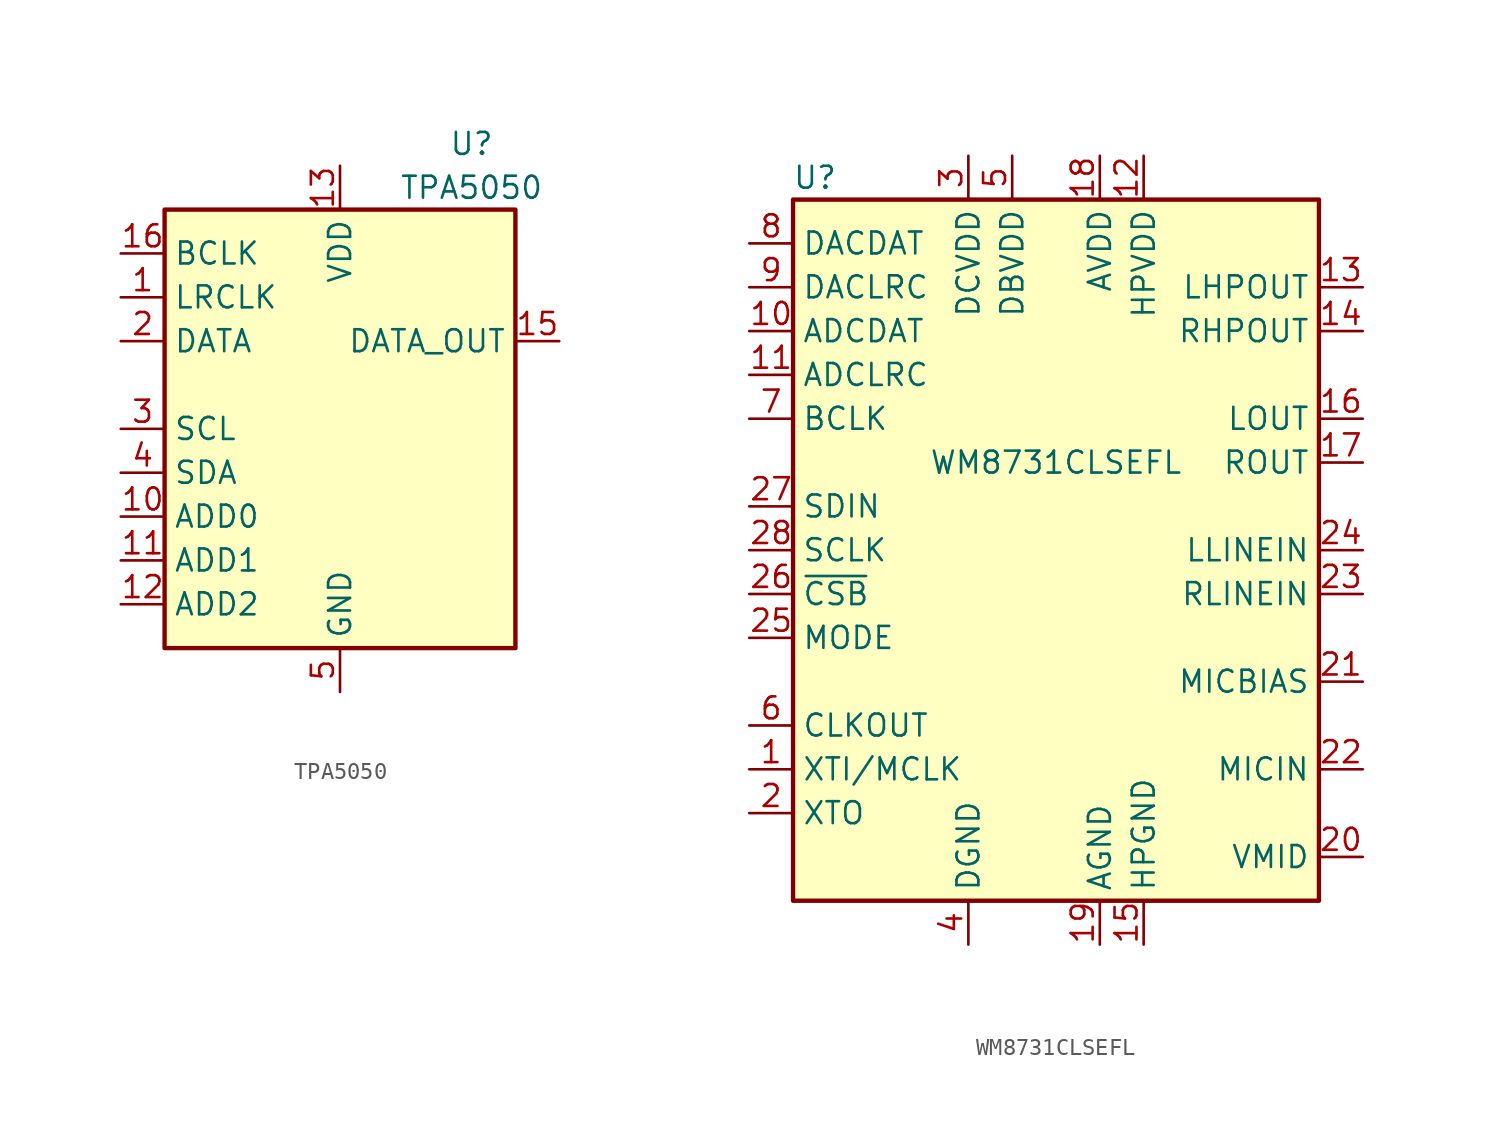
<source format=kicad_sym>
(kicad_symbol_lib
  (version 20241209)
  (generator "kicad_symbol_editor")
  (generator_version "9.0")
  (symbol "TPA5050"
    (property "Reference" "U"
      (at 7.62 16.51 0)
      (effects (font (size 1.27 1.27))))
    (property "Value" "TPA5050"
      (at 7.62 13.97 0)
      (effects (font (size 1.27 1.27))))
    (symbol "TPA5050_0_1"
      (rectangle (start -10.16 12.7) (end 10.16 -12.7) (stroke (width 0.254) (type default)) (fill (type background))))
    (symbol "TPA5050_1_1"
      (pin input line (at -12.7 10.16 0) (length 2.54) (name "BCLK" (effects (font (size 1.27 1.27)))) (number "16" (effects (font (size 1.27 1.27)))))
      (pin input line (at -12.7 7.62 0) (length 2.54) (name "LRCLK" (effects (font (size 1.27 1.27)))) (number "1" (effects (font (size 1.27 1.27)))))
      (pin input line (at -12.7 5.08 0) (length 2.54) (name "DATA" (effects (font (size 1.27 1.27)))) (number "2" (effects (font (size 1.27 1.27)))))
      (pin input line (at -12.7 0 0) (length 2.54) (name "SCL" (effects (font (size 1.27 1.27)))) (number "3" (effects (font (size 1.27 1.27)))))
      (pin bidirectional line (at -12.7 -2.54 0) (length 2.54) (name "SDA" (effects (font (size 1.27 1.27)))) (number "4" (effects (font (size 1.27 1.27)))))
      (pin input line (at -12.7 -5.08 0) (length 2.54) (name "ADD0" (effects (font (size 1.27 1.27)))) (number "10" (effects (font (size 1.27 1.27)))))
      (pin input line (at -12.7 -7.62 0) (length 2.54) (name "ADD1" (effects (font (size 1.27 1.27)))) (number "11" (effects (font (size 1.27 1.27)))))
      (pin input line (at -12.7 -10.16 0) (length 2.54) (name "ADD2" (effects (font (size 1.27 1.27)))) (number "12" (effects (font (size 1.27 1.27)))))
      (pin power_in line (at 0 15.24 270) (length 2.54) (name "VDD" (effects (font (size 1.27 1.27)))) (number "13" (effects (font (size 1.27 1.27)))))
      (pin passive line (at 0 -15.24 90) (length 2.54) (hide yes) (name "GND" (effects (font (size 1.27 1.27)))) (number "14" (effects (font (size 1.27 1.27)))))
      (pin passive line (at 0 -15.24 90) (length 2.54) (hide yes) (name "GND" (effects (font (size 1.27 1.27)))) (number "17" (effects (font (size 1.27 1.27)))))
      (pin power_in line (at 0 -15.24 90) (length 2.54) (name "GND" (effects (font (size 1.27 1.27)))) (number "5" (effects (font (size 1.27 1.27)))))
      (pin passive line (at 0 -15.24 90) (length 2.54) (hide yes) (name "GND" (effects (font (size 1.27 1.27)))) (number "6" (effects (font (size 1.27 1.27)))))
      (pin passive line (at 0 -15.24 90) (length 2.54) (hide yes) (name "GND" (effects (font (size 1.27 1.27)))) (number "7" (effects (font (size 1.27 1.27)))))
      (pin passive line (at 0 -15.24 90) (length 2.54) (hide yes) (name "GND" (effects (font (size 1.27 1.27)))) (number "8" (effects (font (size 1.27 1.27)))))
      (pin passive line (at 0 -15.24 90) (length 2.54) (hide yes) (name "GND" (effects (font (size 1.27 1.27)))) (number "9" (effects (font (size 1.27 1.27)))))
      (pin output line (at 12.7 5.08 180) (length 2.54) (name "DATA_OUT" (effects (font (size 1.27 1.27)))) (number "15" (effects (font (size 1.27 1.27)))))))
  (symbol "WM8731CLSEFL"
    (property "Reference" "U"
      (at -13.97 21.59 0)
      (effects (font (size 1.27 1.27))))
    (property "Value" "WM8731CLSEFL"
      (at 0 5.08 0)
      (effects (font (size 1.27 1.27))))
    (symbol "WM8731CLSEFL_0_1"
      (rectangle (start -15.24 20.32) (end 15.24 -20.32) (stroke (width 0.254) (type default)) (fill (type background))))
    (symbol "WM8731CLSEFL_1_1"
      (pin input line (at -17.78 17.78 0) (length 2.54) (name "DACDAT" (effects (font (size 1.27 1.27)))) (number "8" (effects (font (size 1.27 1.27)))))
      (pin bidirectional line (at -17.78 15.24 0) (length 2.54) (name "DACLRC" (effects (font (size 1.27 1.27)))) (number "9" (effects (font (size 1.27 1.27)))))
      (pin output line (at -17.78 12.7 0) (length 2.54) (name "ADCDAT" (effects (font (size 1.27 1.27)))) (number "10" (effects (font (size 1.27 1.27)))))
      (pin bidirectional line (at -17.78 10.16 0) (length 2.54) (name "ADCLRC" (effects (font (size 1.27 1.27)))) (number "11" (effects (font (size 1.27 1.27)))))
      (pin bidirectional line (at -17.78 7.62 0) (length 2.54) (name "BCLK" (effects (font (size 1.27 1.27)))) (number "7" (effects (font (size 1.27 1.27)))))
      (pin bidirectional line (at -17.78 2.54 0) (length 2.54) (name "SDIN" (effects (font (size 1.27 1.27)))) (number "27" (effects (font (size 1.27 1.27)))))
      (pin input line (at -17.78 0 0) (length 2.54) (name "SCLK" (effects (font (size 1.27 1.27)))) (number "28" (effects (font (size 1.27 1.27)))))
      (pin input line (at -17.78 -2.54 0) (length 2.54) (name "~{CSB}" (effects (font (size 1.27 1.27)))) (number "26" (effects (font (size 1.27 1.27)))))
      (pin input line (at -17.78 -5.08 0) (length 2.54) (name "MODE" (effects (font (size 1.27 1.27)))) (number "25" (effects (font (size 1.27 1.27)))))
      (pin output line (at -17.78 -10.16 0) (length 2.54) (name "CLKOUT" (effects (font (size 1.27 1.27)))) (number "6" (effects (font (size 1.27 1.27)))))
      (pin input line (at -17.78 -12.7 0) (length 2.54) (name "XTI/MCLK" (effects (font (size 1.27 1.27)))) (number "1" (effects (font (size 1.27 1.27)))))
      (pin output line (at -17.78 -15.24 0) (length 2.54) (name "XTO" (effects (font (size 1.27 1.27)))) (number "2" (effects (font (size 1.27 1.27)))))
      (pin power_in line (at -5.08 22.86 270) (length 2.54) (name "DCVDD" (effects (font (size 1.27 1.27)))) (number "3" (effects (font (size 1.27 1.27)))))
      (pin power_in line (at -5.08 -22.86 90) (length 2.54) (name "DGND" (effects (font (size 1.27 1.27)))) (number "4" (effects (font (size 1.27 1.27)))))
      (pin power_in line (at -2.54 22.86 270) (length 2.54) (name "DBVDD" (effects (font (size 1.27 1.27)))) (number "5" (effects (font (size 1.27 1.27)))))
      (pin power_in line (at 2.54 22.86 270) (length 2.54) (name "AVDD" (effects (font (size 1.27 1.27)))) (number "18" (effects (font (size 1.27 1.27)))))
      (pin power_in line (at 2.54 -22.86 90) (length 2.54) (name "AGND" (effects (font (size 1.27 1.27)))) (number "19" (effects (font (size 1.27 1.27)))))
      (pin passive line (at 2.54 -22.86 90) (length 2.54) (hide yes) (name "AGND" (effects (font (size 1.27 1.27)))) (number "29" (effects (font (size 1.27 1.27)))))
      (pin power_in line (at 5.08 22.86 270) (length 2.54) (name "HPVDD" (effects (font (size 1.27 1.27)))) (number "12" (effects (font (size 1.27 1.27)))))
      (pin power_in line (at 5.08 -22.86 90) (length 2.54) (name "HPGND" (effects (font (size 1.27 1.27)))) (number "15" (effects (font (size 1.27 1.27)))))
      (pin output line (at 17.78 15.24 180) (length 2.54) (name "LHPOUT" (effects (font (size 1.27 1.27)))) (number "13" (effects (font (size 1.27 1.27)))))
      (pin output line (at 17.78 12.7 180) (length 2.54) (name "RHPOUT" (effects (font (size 1.27 1.27)))) (number "14" (effects (font (size 1.27 1.27)))))
      (pin output line (at 17.78 7.62 180) (length 2.54) (name "LOUT" (effects (font (size 1.27 1.27)))) (number "16" (effects (font (size 1.27 1.27)))))
      (pin output line (at 17.78 5.08 180) (length 2.54) (name "ROUT" (effects (font (size 1.27 1.27)))) (number "17" (effects (font (size 1.27 1.27)))))
      (pin input line (at 17.78 0 180) (length 2.54) (name "LLINEIN" (effects (font (size 1.27 1.27)))) (number "24" (effects (font (size 1.27 1.27)))))
      (pin input line (at 17.78 -2.54 180) (length 2.54) (name "RLINEIN" (effects (font (size 1.27 1.27)))) (number "23" (effects (font (size 1.27 1.27)))))
      (pin output line (at 17.78 -7.62 180) (length 2.54) (name "MICBIAS" (effects (font (size 1.27 1.27)))) (number "21" (effects (font (size 1.27 1.27)))))
      (pin input line (at 17.78 -12.7 180) (length 2.54) (name "MICIN" (effects (font (size 1.27 1.27)))) (number "22" (effects (font (size 1.27 1.27)))))
      (pin passive line (at 17.78 -17.78 180) (length 2.54) (name "VMID" (effects (font (size 1.27 1.27)))) (number "20" (effects (font (size 1.27 1.27))))))))
</source>
